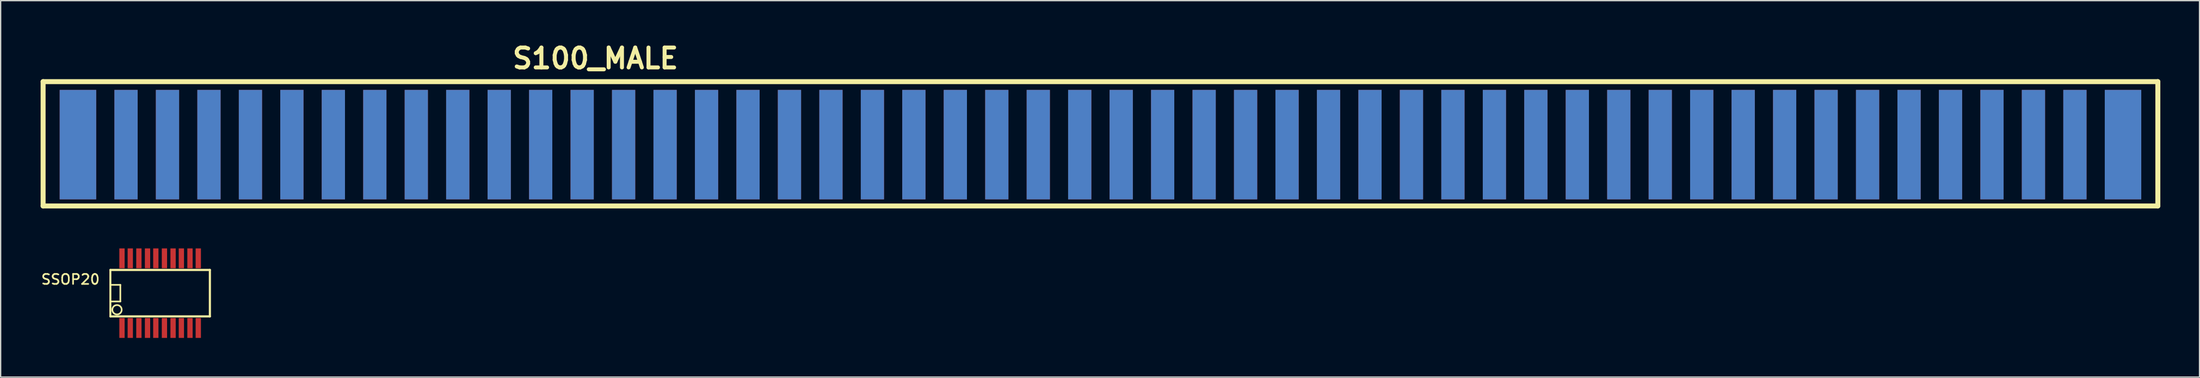
<source format=kicad_pcb>
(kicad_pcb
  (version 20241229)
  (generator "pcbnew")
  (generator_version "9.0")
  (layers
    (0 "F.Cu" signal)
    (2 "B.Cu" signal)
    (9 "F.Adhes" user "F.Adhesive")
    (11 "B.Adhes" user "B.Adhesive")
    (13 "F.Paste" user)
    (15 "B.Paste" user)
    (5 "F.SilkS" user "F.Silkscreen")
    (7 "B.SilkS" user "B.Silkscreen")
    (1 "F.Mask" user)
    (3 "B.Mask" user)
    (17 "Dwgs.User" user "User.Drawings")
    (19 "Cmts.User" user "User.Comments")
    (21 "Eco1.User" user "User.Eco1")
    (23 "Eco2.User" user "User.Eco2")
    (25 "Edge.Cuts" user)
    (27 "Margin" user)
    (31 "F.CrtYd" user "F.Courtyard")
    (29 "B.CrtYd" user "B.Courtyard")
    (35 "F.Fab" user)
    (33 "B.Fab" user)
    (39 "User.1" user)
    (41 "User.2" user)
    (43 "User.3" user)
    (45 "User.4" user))
  (footprint "S100_MALE"
    (layer "F.Cu")
    (at 0.25 12.729)
    (property "Reference" "S100_MALE" (at 42.291 -11.303 0) (layer "F.SilkS") (effects (font (size 1.524 1.524) (thickness 0.305))))
    (attr through_hole)
    (fp_line (start 0 -9.525) (end 161.925 -9.525) (stroke (width 0.381) (type solid)) (layer "F.SilkS"))
    (fp_line (start 0 0) (end 0 -9.525) (stroke (width 0.381) (type solid)) (layer "F.SilkS"))
    (fp_line (start 161.925 -9.525) (end 161.925 0) (stroke (width 0.381) (type solid)) (layer "F.SilkS"))
    (fp_line (start 161.925 0) (end 0 0) (stroke (width 0.381) (type solid)) (layer "F.SilkS"))
    (pad "1" connect rect (at 2.667 -4.699) (size 2.794 8.382) (layers "F.Cu" "F.Mask"))
    (pad "2" connect rect (at 6.35 -4.699) (size 1.778 8.382) (layers "F.Cu" "F.Mask"))
    (pad "3" connect rect (at 9.525 -4.699) (size 1.778 8.382) (layers "F.Cu" "F.Mask"))
    (pad "4" connect rect (at 12.7 -4.699) (size 1.778 8.382) (layers "F.Cu" "F.Mask"))
    (pad "5" connect rect (at 15.875 -4.699) (size 1.778 8.382) (layers "F.Cu" "F.Mask"))
    (pad "6" connect rect (at 19.05 -4.699) (size 1.778 8.382) (layers "F.Cu" "F.Mask"))
    (pad "7" connect rect (at 22.225 -4.699) (size 1.778 8.382) (layers "F.Cu" "F.Mask"))
    (pad "8" connect rect (at 25.4 -4.699) (size 1.778 8.382) (layers "F.Cu" "F.Mask"))
    (pad "9" connect rect (at 28.575 -4.699) (size 1.778 8.382) (layers "F.Cu" "F.Mask"))
    (pad "10" connect rect (at 31.75 -4.699) (size 1.778 8.382) (layers "F.Cu" "F.Mask"))
    (pad "11" connect rect (at 34.925 -4.699) (size 1.778 8.382) (layers "F.Cu" "F.Mask"))
    (pad "12" connect rect (at 38.1 -4.699) (size 1.778 8.382) (layers "F.Cu" "F.Mask"))
    (pad "13" connect rect (at 41.275 -4.699) (size 1.778 8.382) (layers "F.Cu" "F.Mask"))
    (pad "14" connect rect (at 44.45 -4.699) (size 1.778 8.382) (layers "F.Cu" "F.Mask"))
    (pad "15" connect rect (at 47.625 -4.699) (size 1.778 8.382) (layers "F.Cu" "F.Mask"))
    (pad "16" connect rect (at 50.8 -4.699) (size 1.778 8.382) (layers "F.Cu" "F.Mask"))
    (pad "17" connect rect (at 53.975 -4.699) (size 1.778 8.382) (layers "F.Cu" "F.Mask"))
    (pad "18" connect rect (at 57.15 -4.699) (size 1.778 8.382) (layers "F.Cu" "F.Mask"))
    (pad "19" connect rect (at 60.325 -4.699) (size 1.778 8.382) (layers "F.Cu" "F.Mask"))
    (pad "20" connect rect (at 63.5 -4.699) (size 1.778 8.382) (layers "F.Cu" "F.Mask"))
    (pad "21" connect rect (at 66.675 -4.699) (size 1.778 8.382) (layers "F.Cu" "F.Mask"))
    (pad "22" connect rect (at 69.85 -4.699) (size 1.778 8.382) (layers "F.Cu" "F.Mask"))
    (pad "23" connect rect (at 73.025 -4.699) (size 1.778 8.382) (layers "F.Cu" "F.Mask"))
    (pad "24" connect rect (at 76.2 -4.699) (size 1.778 8.382) (layers "F.Cu" "F.Mask"))
    (pad "25" connect rect (at 79.375 -4.699) (size 1.778 8.382) (layers "F.Cu" "F.Mask"))
    (pad "26" connect rect (at 82.55 -4.699) (size 1.778 8.382) (layers "F.Cu" "F.Mask"))
    (pad "27" connect rect (at 85.725 -4.699) (size 1.778 8.382) (layers "F.Cu" "F.Mask"))
    (pad "28" connect rect (at 88.9 -4.699) (size 1.778 8.382) (layers "F.Cu" "F.Mask"))
    (pad "29" connect rect (at 92.075 -4.699) (size 1.778 8.382) (layers "F.Cu" "F.Mask"))
    (pad "30" connect rect (at 95.25 -4.699) (size 1.778 8.382) (layers "F.Cu" "F.Mask"))
    (pad "31" connect rect (at 98.425 -4.699) (size 1.778 8.382) (layers "F.Cu" "F.Mask"))
    (pad "32" connect rect (at 101.6 -4.699) (size 1.778 8.382) (layers "F.Cu" "F.Mask"))
    (pad "33" connect rect (at 104.775 -4.699) (size 1.778 8.382) (layers "F.Cu" "F.Mask"))
    (pad "34" connect rect (at 107.95 -4.699) (size 1.778 8.382) (layers "F.Cu" "F.Mask"))
    (pad "35" connect rect (at 111.125 -4.699) (size 1.778 8.382) (layers "F.Cu" "F.Mask"))
    (pad "36" connect rect (at 114.3 -4.699) (size 1.778 8.382) (layers "F.Cu" "F.Mask"))
    (pad "37" connect rect (at 117.475 -4.699) (size 1.778 8.382) (layers "F.Cu" "F.Mask"))
    (pad "38" connect rect (at 120.65 -4.699) (size 1.778 8.382) (layers "F.Cu" "F.Mask"))
    (pad "39" connect rect (at 123.825 -4.699) (size 1.778 8.382) (layers "F.Cu" "F.Mask"))
    (pad "40" connect rect (at 127 -4.699) (size 1.778 8.382) (layers "F.Cu" "F.Mask"))
    (pad "41" connect rect (at 130.175 -4.699) (size 1.778 8.382) (layers "F.Cu" "F.Mask"))
    (pad "42" connect rect (at 133.35 -4.699) (size 1.778 8.382) (layers "F.Cu" "F.Mask"))
    (pad "43" connect rect (at 136.525 -4.699) (size 1.778 8.382) (layers "F.Cu" "F.Mask"))
    (pad "44" connect rect (at 139.7 -4.699) (size 1.778 8.382) (layers "F.Cu" "F.Mask"))
    (pad "45" connect rect (at 142.875 -4.699) (size 1.778 8.382) (layers "F.Cu" "F.Mask"))
    (pad "46" connect rect (at 146.05 -4.699) (size 1.778 8.382) (layers "F.Cu" "F.Mask"))
    (pad "47" connect rect (at 149.225 -4.699) (size 1.778 8.382) (layers "F.Cu" "F.Mask"))
    (pad "48" connect rect (at 152.4 -4.699) (size 1.778 8.382) (layers "F.Cu" "F.Mask"))
    (pad "49" connect rect (at 155.575 -4.699) (size 1.778 8.382) (layers "F.Cu" "F.Mask"))
    (pad "50" connect rect (at 159.258 -4.699) (size 2.794 8.382) (layers "F.Cu" "F.Mask"))
    (pad "51" connect rect (at 2.667 -4.699) (size 2.794 8.382) (layers "B.Cu" "B.Mask"))
    (pad "52" connect rect (at 6.35 -4.699) (size 1.778 8.382) (layers "B.Cu" "B.Mask"))
    (pad "53" connect rect (at 9.525 -4.699) (size 1.778 8.382) (layers "B.Cu" "B.Mask"))
    (pad "54" connect rect (at 12.7 -4.699) (size 1.778 8.382) (layers "B.Cu" "B.Mask"))
    (pad "55" connect rect (at 15.875 -4.699) (size 1.778 8.382) (layers "B.Cu" "B.Mask"))
    (pad "56" connect rect (at 19.05 -4.699) (size 1.778 8.382) (layers "B.Cu" "B.Mask"))
    (pad "57" connect rect (at 22.225 -4.699) (size 1.778 8.382) (layers "B.Cu" "B.Mask"))
    (pad "58" connect rect (at 25.4 -4.699) (size 1.778 8.382) (layers "B.Cu" "B.Mask"))
    (pad "59" connect rect (at 28.575 -4.699) (size 1.778 8.382) (layers "B.Cu" "B.Mask"))
    (pad "60" connect rect (at 31.75 -4.699) (size 1.778 8.382) (layers "B.Cu" "B.Mask"))
    (pad "61" connect rect (at 34.925 -4.699) (size 1.778 8.382) (layers "B.Cu" "B.Mask"))
    (pad "62" connect rect (at 38.1 -4.699) (size 1.778 8.382) (layers "B.Cu" "B.Mask"))
    (pad "63" connect rect (at 41.275 -4.699) (size 1.778 8.382) (layers "B.Cu" "B.Mask"))
    (pad "64" connect rect (at 44.45 -4.699) (size 1.778 8.382) (layers "B.Cu" "B.Mask"))
    (pad "65" connect rect (at 47.625 -4.699) (size 1.778 8.382) (layers "B.Cu" "B.Mask"))
    (pad "66" connect rect (at 50.8 -4.699) (size 1.778 8.382) (layers "B.Cu" "B.Mask"))
    (pad "67" connect rect (at 53.975 -4.699) (size 1.778 8.382) (layers "B.Cu" "B.Mask"))
    (pad "68" connect rect (at 57.15 -4.699) (size 1.778 8.382) (layers "B.Cu" "B.Mask"))
    (pad "69" connect rect (at 60.325 -4.699) (size 1.778 8.382) (layers "B.Cu" "B.Mask"))
    (pad "70" connect rect (at 63.5 -4.699) (size 1.778 8.382) (layers "B.Cu" "B.Mask"))
    (pad "71" connect rect (at 66.675 -4.699) (size 1.778 8.382) (layers "B.Cu" "B.Mask"))
    (pad "72" connect rect (at 69.85 -4.699) (size 1.778 8.382) (layers "B.Cu" "B.Mask"))
    (pad "73" connect rect (at 73.025 -4.699) (size 1.778 8.382) (layers "B.Cu" "B.Mask"))
    (pad "74" connect rect (at 76.2 -4.699) (size 1.778 8.382) (layers "B.Cu" "B.Mask"))
    (pad "75" connect rect (at 79.375 -4.699) (size 1.778 8.382) (layers "B.Cu" "B.Mask"))
    (pad "76" connect rect (at 82.55 -4.699) (size 1.778 8.382) (layers "B.Cu" "B.Mask"))
    (pad "77" connect rect (at 85.725 -4.699) (size 1.778 8.382) (layers "B.Cu" "B.Mask"))
    (pad "78" connect rect (at 88.9 -4.699) (size 1.778 8.382) (layers "B.Cu" "B.Mask"))
    (pad "79" connect rect (at 92.075 -4.699) (size 1.778 8.382) (layers "B.Cu" "B.Mask"))
    (pad "80" connect rect (at 95.25 -4.699) (size 1.778 8.382) (layers "B.Cu" "B.Mask"))
    (pad "81" connect rect (at 98.425 -4.699) (size 1.778 8.382) (layers "B.Cu" "B.Mask"))
    (pad "82" connect rect (at 101.6 -4.699) (size 1.778 8.382) (layers "B.Cu" "B.Mask"))
    (pad "83" connect rect (at 104.775 -4.699) (size 1.778 8.382) (layers "B.Cu" "B.Mask"))
    (pad "84" connect rect (at 107.95 -4.699) (size 1.778 8.382) (layers "B.Cu" "B.Mask"))
    (pad "85" connect rect (at 111.125 -4.699) (size 1.778 8.382) (layers "B.Cu" "B.Mask"))
    (pad "86" connect rect (at 114.3 -4.699) (size 1.778 8.382) (layers "B.Cu" "B.Mask"))
    (pad "87" connect rect (at 117.475 -4.699) (size 1.778 8.382) (layers "B.Cu" "B.Mask"))
    (pad "88" connect rect (at 120.65 -4.699) (size 1.778 8.382) (layers "B.Cu" "B.Mask"))
    (pad "89" connect rect (at 123.825 -4.699) (size 1.778 8.382) (layers "B.Cu" "B.Mask"))
    (pad "90" connect rect (at 127 -4.699) (size 1.778 8.382) (layers "B.Cu" "B.Mask"))
    (pad "91" connect rect (at 130.175 -4.699) (size 1.778 8.382) (layers "B.Cu" "B.Mask"))
    (pad "92" connect rect (at 133.35 -4.699) (size 1.778 8.382) (layers "B.Cu" "B.Mask"))
    (pad "93" connect rect (at 136.525 -4.699) (size 1.778 8.382) (layers "B.Cu" "B.Mask"))
    (pad "94" connect rect (at 139.7 -4.699) (size 1.778 8.382) (layers "B.Cu" "B.Mask"))
    (pad "95" connect rect (at 142.875 -4.699) (size 1.778 8.382) (layers "B.Cu" "B.Mask"))
    (pad "96" connect rect (at 146.05 -4.699) (size 1.778 8.382) (layers "B.Cu" "B.Mask"))
    (pad "97" connect rect (at 149.225 -4.699) (size 1.778 8.382) (layers "B.Cu" "B.Mask"))
    (pad "98" connect rect (at 152.4 -4.699) (size 1.778 8.382) (layers "B.Cu" "B.Mask"))
    (pad "99" connect rect (at 155.575 -4.699) (size 1.778 8.382) (layers "B.Cu" "B.Mask"))
    (pad "100" connect rect (at 159.258 -4.699) (size 2.794 8.382) (layers "B.Cu" "B.Mask")))
  (footprint "SSOP20"
    (layer "F.Cu")
    (at 9.211 19.408)
    (property "Reference" "SSOP20" (at -6.866 -1.054 0) (layer "F.SilkS") (effects (font (size 0.762 0.762) (thickness 0.127))))
    (attr smd)
    (fp_line (start -3.81 -0.635) (end -3.048 -0.635) (stroke (width 0.127) (type solid)) (layer "F.SilkS"))
    (fp_line (start -3.81 1.778) (end -3.81 -1.778) (stroke (width 0.152) (type solid)) (layer "F.SilkS"))
    (fp_line (start -3.81 1.778) (end 3.81 1.778) (stroke (width 0.165) (type solid)) (layer "F.SilkS"))
    (fp_line (start -3.048 -0.635) (end -3.048 0.635) (stroke (width 0.127) (type solid)) (layer "F.SilkS"))
    (fp_line (start -3.048 0.635) (end -3.81 0.635) (stroke (width 0.127) (type solid)) (layer "F.SilkS"))
    (fp_line (start 3.81 -1.778) (end -3.81 -1.778) (stroke (width 0.165) (type solid)) (layer "F.SilkS"))
    (fp_line (start 3.81 -1.778) (end 3.81 1.778) (stroke (width 0.165) (type solid)) (layer "F.SilkS"))
    (fp_circle (center -3.302 1.27) (end -3.556 1.016) (stroke (width 0.127) (type solid)) (fill no) (layer "F.SilkS"))
    (pad "1" smd rect (at -2.921 2.667) (size 0.406 1.524) (layers "F.Cu" "F.Mask" "F.Paste"))
    (pad "2" smd rect (at -2.286 2.667) (size 0.406 1.524) (layers "F.Cu" "F.Mask" "F.Paste"))
    (pad "3" smd rect (at -1.626 2.667) (size 0.406 1.524) (layers "F.Cu" "F.Mask" "F.Paste"))
    (pad "4" smd rect (at -0.965 2.667) (size 0.406 1.524) (layers "F.Cu" "F.Mask" "F.Paste"))
    (pad "5" smd rect (at -0.33 2.667) (size 0.406 1.524) (layers "F.Cu" "F.Mask" "F.Paste"))
    (pad "6" smd rect (at 0.33 2.667) (size 0.406 1.524) (layers "F.Cu" "F.Mask" "F.Paste"))
    (pad "7" smd rect (at 0.991 2.667) (size 0.406 1.524) (layers "F.Cu" "F.Mask" "F.Paste"))
    (pad "8" smd rect (at 1.626 2.667) (size 0.406 1.524) (layers "F.Cu" "F.Mask" "F.Paste"))
    (pad "9" smd rect (at 2.286 2.667) (size 0.406 1.524) (layers "F.Cu" "F.Mask" "F.Paste"))
    (pad "10" smd rect (at 2.921 2.667) (size 0.406 1.524) (layers "F.Cu" "F.Mask" "F.Paste"))
    (pad "11" smd rect (at 2.921 -2.667) (size 0.406 1.524) (layers "F.Cu" "F.Mask" "F.Paste"))
    (pad "12" smd rect (at 2.286 -2.667) (size 0.406 1.524) (layers "F.Cu" "F.Mask" "F.Paste"))
    (pad "13" smd rect (at 1.626 -2.667) (size 0.406 1.524) (layers "F.Cu" "F.Mask" "F.Paste"))
    (pad "14" smd rect (at 0.991 -2.667) (size 0.406 1.524) (layers "F.Cu" "F.Mask" "F.Paste"))
    (pad "15" smd rect (at 0.33 -2.667) (size 0.406 1.524) (layers "F.Cu" "F.Mask" "F.Paste"))
    (pad "16" smd rect (at -0.33 -2.667) (size 0.406 1.524) (layers "F.Cu" "F.Mask" "F.Paste"))
    (pad "17" smd rect (at -0.965 -2.667) (size 0.406 1.524) (layers "F.Cu" "F.Mask" "F.Paste"))
    (pad "18" smd rect (at -1.626 -2.667) (size 0.406 1.524) (layers "F.Cu" "F.Mask" "F.Paste"))
    (pad "19" smd rect (at -2.286 -2.667) (size 0.406 1.524) (layers "F.Cu" "F.Mask" "F.Paste"))
    (pad "20" smd rect (at -2.921 -2.667) (size 0.406 1.524) (layers "F.Cu" "F.Mask" "F.Paste")))
  (gr_rect
    (start -3 -3)
    (end 165.365 25.837)
    (stroke (width 0.1) (type default))
    (fill no)
    (layer "Edge.Cuts")))
</source>
